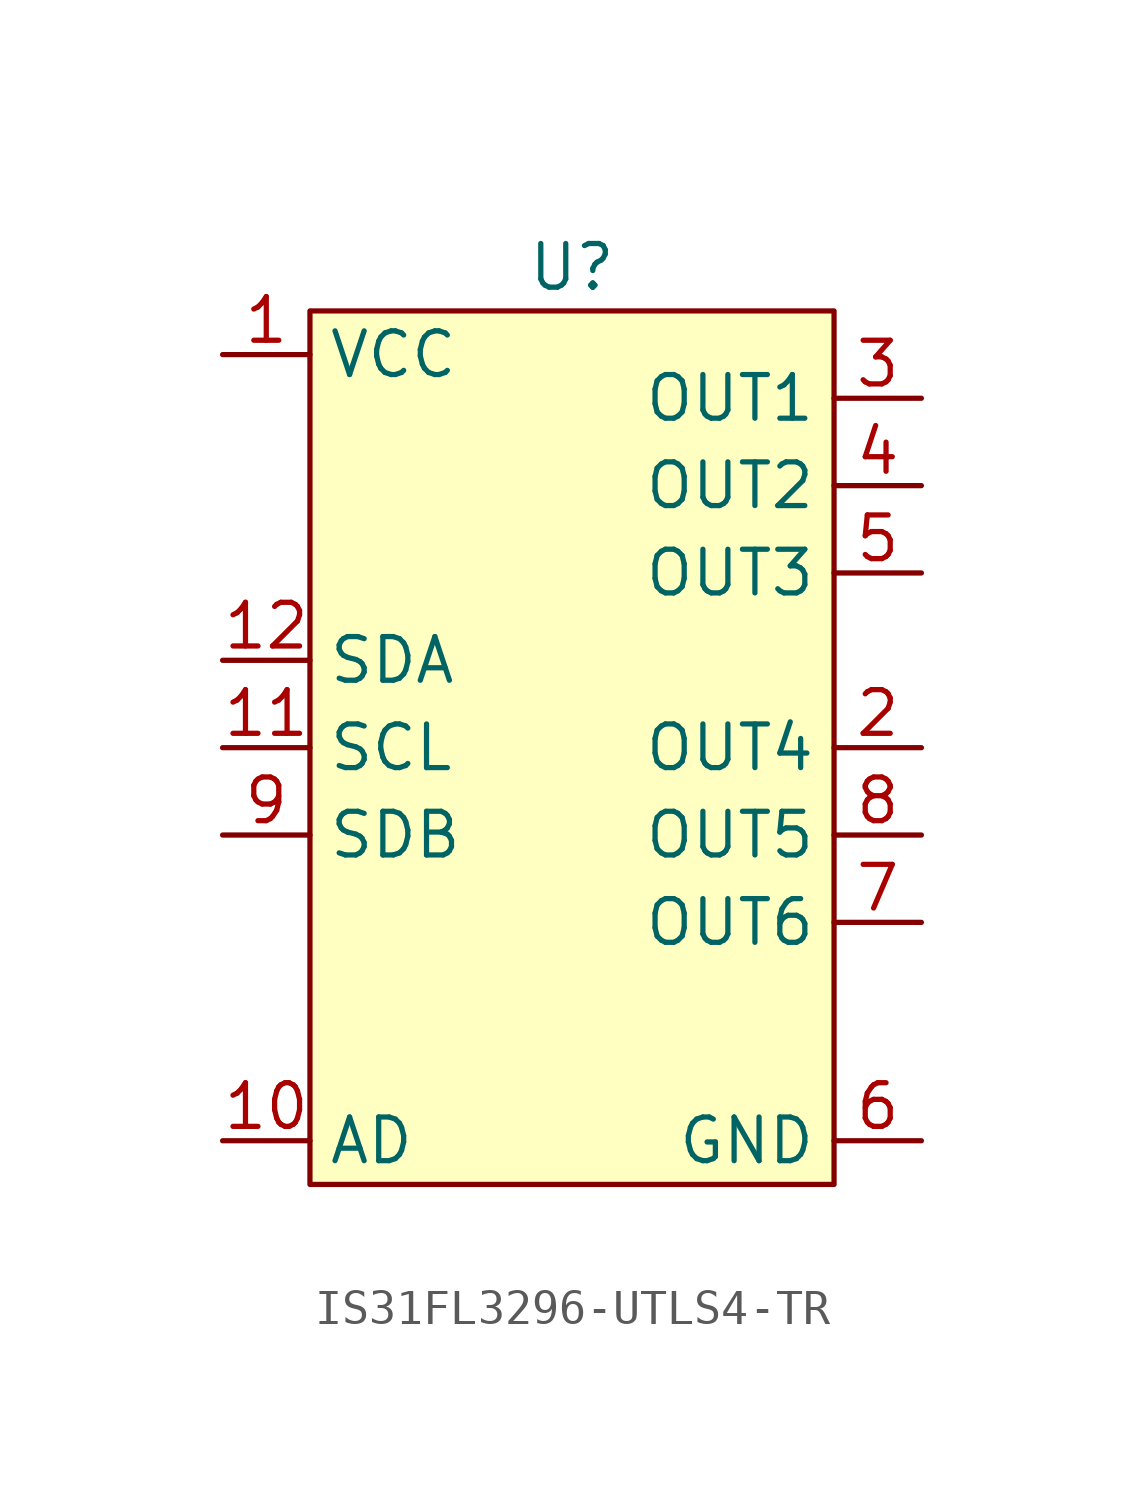
<source format=kicad_sym>
(kicad_symbol_lib
  (version 20220914)
  (generator kicad_symbol_editor)
  (symbol "IS31FL3296-UTLS4-TR"
    (property "Reference" "U"
      (at 1.27 13.97 0)
      (effects (font (size 1.27 1.27))))
    (property "Value" ""
      (at -5.08 11.43 0)
      (effects (font (size 1.27 1.27))))
    (symbol "IS31FL3296-UTLS4-TR_1_1"
      (rectangle (start -6.35 12.7) (end 8.89 -12.7) (stroke (width 0) (type default)) (fill (type background)))
      (pin input line (at -8.89 11.43 0) (length 2.54) (name "VCC" (effects (font (size 1.27 1.27)))) (number "1" (effects (font (size 1.27 1.27)))))
      (pin input line (at -8.89 -11.43 0) (length 2.54) (name "AD" (effects (font (size 1.27 1.27)))) (number "10" (effects (font (size 1.27 1.27)))))
      (pin input line (at -8.89 0 0) (length 2.54) (name "SCL" (effects (font (size 1.27 1.27)))) (number "11" (effects (font (size 1.27 1.27)))))
      (pin input line (at -8.89 2.54 0) (length 2.54) (name "SDA" (effects (font (size 1.27 1.27)))) (number "12" (effects (font (size 1.27 1.27)))))
      (pin input line (at 11.43 0 180) (length 2.54) (name "OUT4" (effects (font (size 1.27 1.27)))) (number "2" (effects (font (size 1.27 1.27)))))
      (pin input line (at 11.43 10.16 180) (length 2.54) (name "OUT1" (effects (font (size 1.27 1.27)))) (number "3" (effects (font (size 1.27 1.27)))))
      (pin input line (at 11.43 7.62 180) (length 2.54) (name "OUT2" (effects (font (size 1.27 1.27)))) (number "4" (effects (font (size 1.27 1.27)))))
      (pin input line (at 11.43 5.08 180) (length 2.54) (name "OUT3" (effects (font (size 1.27 1.27)))) (number "5" (effects (font (size 1.27 1.27)))))
      (pin input line (at 11.43 -11.43 180) (length 2.54) (name "GND" (effects (font (size 1.27 1.27)))) (number "6" (effects (font (size 1.27 1.27)))))
      (pin input line (at 11.43 -5.08 180) (length 2.54) (name "OUT6" (effects (font (size 1.27 1.27)))) (number "7" (effects (font (size 1.27 1.27)))))
      (pin input line (at 11.43 -2.54 180) (length 2.54) (name "OUT5" (effects (font (size 1.27 1.27)))) (number "8" (effects (font (size 1.27 1.27)))))
      (pin input line (at -8.89 -2.54 0) (length 2.54) (name "SDB" (effects (font (size 1.27 1.27)))) (number "9" (effects (font (size 1.27 1.27))))))))
</source>
